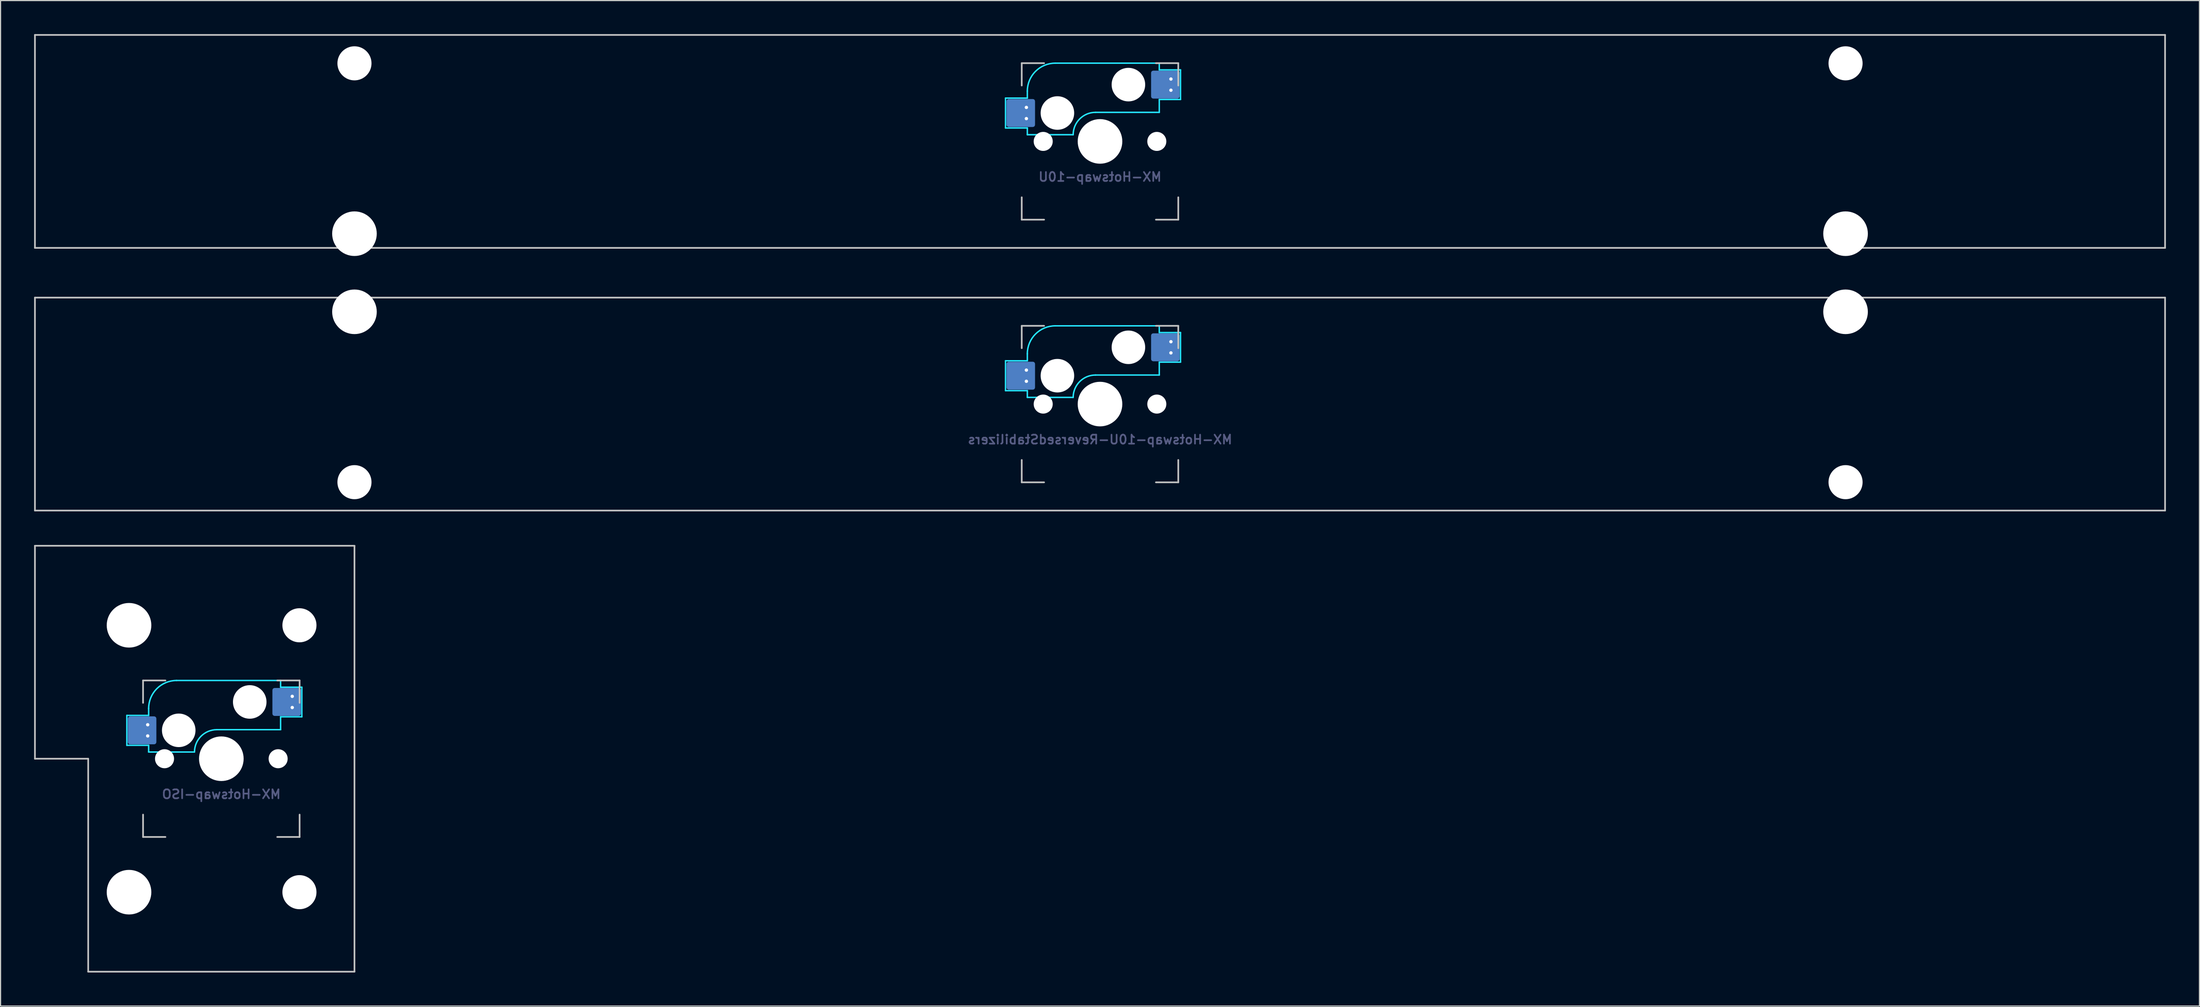
<source format=kicad_pcb>
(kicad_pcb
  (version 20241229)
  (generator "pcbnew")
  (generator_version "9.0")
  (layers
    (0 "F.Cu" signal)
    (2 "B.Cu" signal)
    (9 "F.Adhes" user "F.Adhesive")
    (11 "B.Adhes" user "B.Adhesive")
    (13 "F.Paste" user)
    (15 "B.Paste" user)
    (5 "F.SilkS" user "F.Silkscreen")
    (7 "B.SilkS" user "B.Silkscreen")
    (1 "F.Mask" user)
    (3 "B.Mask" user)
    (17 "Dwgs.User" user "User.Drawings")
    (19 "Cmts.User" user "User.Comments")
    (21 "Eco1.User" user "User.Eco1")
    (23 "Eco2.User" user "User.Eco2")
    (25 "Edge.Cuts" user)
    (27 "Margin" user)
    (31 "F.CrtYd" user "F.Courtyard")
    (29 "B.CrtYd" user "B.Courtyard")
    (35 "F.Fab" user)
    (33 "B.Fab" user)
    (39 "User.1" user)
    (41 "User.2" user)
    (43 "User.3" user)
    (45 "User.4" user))
  (footprint "MX-Hotswap-10U"
    (layer "F.Cu")
    (at 95.325 9.6)
    (property "Reference" "MX-Hotswap-10U" (at 0 3.175 0) (layer "B.Fab") (effects (font (size 0.8 0.8) (thickness 0.15)) (justify mirror)))
    (attr smd)
    (fp_line (start -95.25 9.525) (end -95.25 -9.525) (stroke (width 0.15) (type solid)) (layer "Dwgs.User"))
    (fp_line (start -7 -7) (end -7 -5) (stroke (width 0.15) (type solid)) (layer "Dwgs.User"))
    (fp_line (start -7 5) (end -7 7) (stroke (width 0.15) (type solid)) (layer "Dwgs.User"))
    (fp_line (start -7 7) (end -5 7) (stroke (width 0.15) (type solid)) (layer "Dwgs.User"))
    (fp_line (start -5 -7) (end -7 -7) (stroke (width 0.15) (type solid)) (layer "Dwgs.User"))
    (fp_line (start 5 -7) (end 7 -7) (stroke (width 0.15) (type solid)) (layer "Dwgs.User"))
    (fp_line (start 5 7) (end 7 7) (stroke (width 0.15) (type solid)) (layer "Dwgs.User"))
    (fp_line (start 7 -7) (end 7 -5) (stroke (width 0.15) (type solid)) (layer "Dwgs.User"))
    (fp_line (start 7 7) (end 7 5) (stroke (width 0.15) (type solid)) (layer "Dwgs.User"))
    (fp_line (start 95.25 -9.525) (end -95.25 -9.525) (stroke (width 0.15) (type solid)) (layer "Dwgs.User"))
    (fp_line (start 95.25 9.525) (end -95.25 9.525) (stroke (width 0.15) (type solid)) (layer "Dwgs.User"))
    (fp_line (start 95.25 9.525) (end 95.25 -9.525) (stroke (width 0.15) (type solid)) (layer "Dwgs.User"))
    (fp_line (start -8.45 -3.875) (end -8.45 -1.2) (stroke (width 0.127) (type solid)) (layer "B.CrtYd"))
    (fp_line (start -8.45 -1.2) (end -6.5 -1.2) (stroke (width 0.127) (type solid)) (layer "B.CrtYd"))
    (fp_line (start -6.5 -4.5) (end -6.5 -3.875) (stroke (width 0.127) (type solid)) (layer "B.CrtYd"))
    (fp_line (start -6.5 -3.875) (end -8.45 -3.875) (stroke (width 0.127) (type solid)) (layer "B.CrtYd"))
    (fp_line (start -6.5 -0.6) (end -6.5 -1.2) (stroke (width 0.127) (type solid)) (layer "B.CrtYd"))
    (fp_line (start -6.5 -0.6) (end -2.4 -0.6) (stroke (width 0.127) (type solid)) (layer "B.CrtYd"))
    (fp_line (start -0.4 -2.6) (end 5.3 -2.6) (stroke (width 0.127) (type solid)) (layer "B.CrtYd"))
    (fp_line (start 5.3 -7) (end -4 -7) (stroke (width 0.127) (type solid)) (layer "B.CrtYd"))
    (fp_line (start 5.3 -7) (end 5.3 -6.4) (stroke (width 0.127) (type solid)) (layer "B.CrtYd"))
    (fp_line (start 5.3 -6.4) (end 7.2 -6.4) (stroke (width 0.127) (type solid)) (layer "B.CrtYd"))
    (fp_line (start 5.3 -2.6) (end 5.3 -3.75) (stroke (width 0.127) (type solid)) (layer "B.CrtYd"))
    (fp_line (start 7.2 -6.4) (end 7.2 -3.75) (stroke (width 0.127) (type solid)) (layer "B.CrtYd"))
    (fp_line (start 7.2 -3.75) (end 5.3 -3.75) (stroke (width 0.127) (type solid)) (layer "B.CrtYd"))
    (fp_arc (start -6.5 -4.5) (mid -5.767767 -6.267767) (end -4 -7) (stroke (width 0.127) (type solid)) (layer "B.CrtYd"))
    (fp_arc (start -2.4 -0.6) (mid -1.814214 -2.014214) (end -0.4 -2.6) (stroke (width 0.127) (type solid)) (layer "B.CrtYd"))
    (pad "" np_thru_hole circle (at -66.675 -6.985) (size 3.048 3.048) (drill 3.048) (layers "*.Cu" "*.Mask"))
    (pad "" np_thru_hole circle (at -66.675 8.255) (size 3.988 3.988) (drill 3.988) (layers "*.Cu" "*.Mask"))
    (pad "" np_thru_hole circle (at -5.08 0 48.099) (size 1.702 1.702) (drill 1.702) (layers "*.Cu" "*.Mask"))
    (pad "" np_thru_hole circle (at -3.81 -2.54) (size 3 3) (drill 3) (layers "*.Cu" "*.Mask"))
    (pad "" np_thru_hole circle (at 0 0) (size 3.988 3.988) (drill 3.988) (layers "*.Cu" "*.Mask"))
    (pad "" np_thru_hole circle (at 2.54 -5.08) (size 3 3) (drill 3) (layers "*.Cu" "*.Mask"))
    (pad "" np_thru_hole circle (at 5.08 0 48.099) (size 1.702 1.702) (drill 1.702) (layers "*.Cu" "*.Mask"))
    (pad "" np_thru_hole circle (at 66.675 -6.985) (size 3.048 3.048) (drill 3.048) (layers "*.Cu" "*.Mask"))
    (pad "" np_thru_hole circle (at 66.675 8.255) (size 3.988 3.988) (drill 3.988) (layers "*.Cu" "*.Mask"))
    (pad "1" smd roundrect (at -7.085 -2.54) (size 2.55 2.5) (layers "B.Cu" "B.Mask" "B.Paste") (roundrect_rratio 0.08))
    (pad "1" thru_hole circle (at -6.585 -3.04) (size 0.6 0.6) (drill 0.3) (layers "*.Cu" "*.Mask"))
    (pad "1" thru_hole circle (at -6.585 -2.04) (size 0.6 0.6) (drill 0.3) (layers "*.Cu" "*.Mask"))
    (pad "2" smd roundrect (at 5.842 -5.08) (size 2.55 2.5) (layers "B.Cu" "B.Mask" "B.Paste") (roundrect_rratio 0.08))
    (pad "2" thru_hole circle (at 6.342 -5.58) (size 0.6 0.6) (drill 0.3) (layers "*.Cu" "*.Mask"))
    (pad "2" thru_hole circle (at 6.342 -4.58) (size 0.6 0.6) (drill 0.3) (layers "*.Cu" "*.Mask")))
  (footprint "MX-Hotswap-ISO"
    (layer "F.Cu")
    (at 16.744 64.823)
    (property "Reference" "MX-Hotswap-ISO" (at 0 3.175 0) (layer "B.Fab") (effects (font (size 0.8 0.8) (thickness 0.15)) (justify mirror)))
    (attr smd)
    (fp_line (start -16.669 -19.05) (end -16.669 0) (stroke (width 0.15) (type solid)) (layer "Dwgs.User"))
    (fp_line (start -16.669 -19.05) (end 11.906 -19.05) (stroke (width 0.15) (type solid)) (layer "Dwgs.User"))
    (fp_line (start -11.906 0) (end -16.669 0) (stroke (width 0.15) (type solid)) (layer "Dwgs.User"))
    (fp_line (start -11.906 19.05) (end -11.906 0) (stroke (width 0.15) (type solid)) (layer "Dwgs.User"))
    (fp_line (start -11.906 19.05) (end 11.906 19.05) (stroke (width 0.15) (type solid)) (layer "Dwgs.User"))
    (fp_line (start -7 -7) (end -7 -5) (stroke (width 0.15) (type solid)) (layer "Dwgs.User"))
    (fp_line (start -7 5) (end -7 7) (stroke (width 0.15) (type solid)) (layer "Dwgs.User"))
    (fp_line (start -7 7) (end -5 7) (stroke (width 0.15) (type solid)) (layer "Dwgs.User"))
    (fp_line (start -5 -7) (end -7 -7) (stroke (width 0.15) (type solid)) (layer "Dwgs.User"))
    (fp_line (start 5 -7) (end 7 -7) (stroke (width 0.15) (type solid)) (layer "Dwgs.User"))
    (fp_line (start 5 7) (end 7 7) (stroke (width 0.15) (type solid)) (layer "Dwgs.User"))
    (fp_line (start 7 -7) (end 7 -5) (stroke (width 0.15) (type solid)) (layer "Dwgs.User"))
    (fp_line (start 7 7) (end 7 5) (stroke (width 0.15) (type solid)) (layer "Dwgs.User"))
    (fp_line (start 11.906 -19.05) (end 11.906 19.05) (stroke (width 0.15) (type solid)) (layer "Dwgs.User"))
    (fp_line (start -8.45 -3.875) (end -8.45 -1.2) (stroke (width 0.127) (type solid)) (layer "B.CrtYd"))
    (fp_line (start -8.45 -1.2) (end -6.5 -1.2) (stroke (width 0.127) (type solid)) (layer "B.CrtYd"))
    (fp_line (start -6.5 -4.5) (end -6.5 -3.875) (stroke (width 0.127) (type solid)) (layer "B.CrtYd"))
    (fp_line (start -6.5 -3.875) (end -8.45 -3.875) (stroke (width 0.127) (type solid)) (layer "B.CrtYd"))
    (fp_line (start -6.5 -0.6) (end -6.5 -1.2) (stroke (width 0.127) (type solid)) (layer "B.CrtYd"))
    (fp_line (start -6.5 -0.6) (end -2.4 -0.6) (stroke (width 0.127) (type solid)) (layer "B.CrtYd"))
    (fp_line (start -0.4 -2.6) (end 5.3 -2.6) (stroke (width 0.127) (type solid)) (layer "B.CrtYd"))
    (fp_line (start 5.3 -7) (end -4 -7) (stroke (width 0.127) (type solid)) (layer "B.CrtYd"))
    (fp_line (start 5.3 -7) (end 5.3 -6.4) (stroke (width 0.127) (type solid)) (layer "B.CrtYd"))
    (fp_line (start 5.3 -6.4) (end 7.2 -6.4) (stroke (width 0.127) (type solid)) (layer "B.CrtYd"))
    (fp_line (start 5.3 -2.6) (end 5.3 -3.75) (stroke (width 0.127) (type solid)) (layer "B.CrtYd"))
    (fp_line (start 7.2 -6.4) (end 7.2 -3.75) (stroke (width 0.127) (type solid)) (layer "B.CrtYd"))
    (fp_line (start 7.2 -3.75) (end 5.3 -3.75) (stroke (width 0.127) (type solid)) (layer "B.CrtYd"))
    (fp_arc (start -6.5 -4.5) (mid -5.767767 -6.267767) (end -4 -7) (stroke (width 0.127) (type solid)) (layer "B.CrtYd"))
    (fp_arc (start -2.4 -0.6) (mid -1.814214 -2.014214) (end -0.4 -2.6) (stroke (width 0.127) (type solid)) (layer "B.CrtYd"))
    (pad "" np_thru_hole circle (at -8.255 -11.938) (size 3.988 3.988) (drill 3.988) (layers "*.Cu" "*.Mask"))
    (pad "" np_thru_hole circle (at -8.255 11.938) (size 3.988 3.988) (drill 3.988) (layers "*.Cu" "*.Mask"))
    (pad "" np_thru_hole circle (at -5.08 0 48.099) (size 1.702 1.702) (drill 1.702) (layers "*.Cu" "*.Mask"))
    (pad "" np_thru_hole circle (at -3.81 -2.54) (size 3 3) (drill 3) (layers "*.Cu" "*.Mask"))
    (pad "" np_thru_hole circle (at 0 0) (size 3.988 3.988) (drill 3.988) (layers "*.Cu" "*.Mask"))
    (pad "" np_thru_hole circle (at 2.54 -5.08) (size 3 3) (drill 3) (layers "*.Cu" "*.Mask"))
    (pad "" np_thru_hole circle (at 5.08 0 48.099) (size 1.702 1.702) (drill 1.702) (layers "*.Cu" "*.Mask"))
    (pad "" np_thru_hole circle (at 6.985 -11.938) (size 3.048 3.048) (drill 3.048) (layers "*.Cu" "*.Mask"))
    (pad "" np_thru_hole circle (at 6.985 11.938) (size 3.048 3.048) (drill 3.048) (layers "*.Cu" "*.Mask"))
    (pad "1" smd roundrect (at -7.085 -2.54) (size 2.55 2.5) (layers "B.Cu" "B.Mask" "B.Paste") (roundrect_rratio 0.08))
    (pad "1" thru_hole circle (at -6.585 -3.04) (size 0.6 0.6) (drill 0.3) (layers "*.Cu" "*.Mask"))
    (pad "1" thru_hole circle (at -6.585 -2.04) (size 0.6 0.6) (drill 0.3) (layers "*.Cu" "*.Mask"))
    (pad "2" smd roundrect (at 5.842 -5.08) (size 2.55 2.5) (layers "B.Cu" "B.Mask" "B.Paste") (roundrect_rratio 0.08))
    (pad "2" thru_hole circle (at 6.342 -5.58) (size 0.6 0.6) (drill 0.3) (layers "*.Cu" "*.Mask"))
    (pad "2" thru_hole circle (at 6.342 -4.58) (size 0.6 0.6) (drill 0.3) (layers "*.Cu" "*.Mask")))
  (footprint "MX-Hotswap-10U-ReversedStabilizers"
    (layer "F.Cu")
    (at 95.325 33.098)
    (property "Reference" "MX-Hotswap-10U-ReversedStabilizers" (at 0 3.175 0) (layer "B.Fab") (effects (font (size 0.8 0.8) (thickness 0.15)) (justify mirror)))
    (attr smd)
    (fp_line (start -95.25 9.525) (end -95.25 -9.525) (stroke (width 0.15) (type solid)) (layer "Dwgs.User"))
    (fp_line (start -7 -7) (end -7 -5) (stroke (width 0.15) (type solid)) (layer "Dwgs.User"))
    (fp_line (start -7 5) (end -7 7) (stroke (width 0.15) (type solid)) (layer "Dwgs.User"))
    (fp_line (start -7 7) (end -5 7) (stroke (width 0.15) (type solid)) (layer "Dwgs.User"))
    (fp_line (start -5 -7) (end -7 -7) (stroke (width 0.15) (type solid)) (layer "Dwgs.User"))
    (fp_line (start 5 -7) (end 7 -7) (stroke (width 0.15) (type solid)) (layer "Dwgs.User"))
    (fp_line (start 5 7) (end 7 7) (stroke (width 0.15) (type solid)) (layer "Dwgs.User"))
    (fp_line (start 7 -7) (end 7 -5) (stroke (width 0.15) (type solid)) (layer "Dwgs.User"))
    (fp_line (start 7 7) (end 7 5) (stroke (width 0.15) (type solid)) (layer "Dwgs.User"))
    (fp_line (start 95.25 -9.525) (end -95.25 -9.525) (stroke (width 0.15) (type solid)) (layer "Dwgs.User"))
    (fp_line (start 95.25 9.525) (end -95.25 9.525) (stroke (width 0.15) (type solid)) (layer "Dwgs.User"))
    (fp_line (start 95.25 9.525) (end 95.25 -9.525) (stroke (width 0.15) (type solid)) (layer "Dwgs.User"))
    (fp_line (start -8.45 -3.875) (end -8.45 -1.2) (stroke (width 0.127) (type solid)) (layer "B.CrtYd"))
    (fp_line (start -8.45 -1.2) (end -6.5 -1.2) (stroke (width 0.127) (type solid)) (layer "B.CrtYd"))
    (fp_line (start -6.5 -4.5) (end -6.5 -3.875) (stroke (width 0.127) (type solid)) (layer "B.CrtYd"))
    (fp_line (start -6.5 -3.875) (end -8.45 -3.875) (stroke (width 0.127) (type solid)) (layer "B.CrtYd"))
    (fp_line (start -6.5 -0.6) (end -6.5 -1.2) (stroke (width 0.127) (type solid)) (layer "B.CrtYd"))
    (fp_line (start -6.5 -0.6) (end -2.4 -0.6) (stroke (width 0.127) (type solid)) (layer "B.CrtYd"))
    (fp_line (start -0.4 -2.6) (end 5.3 -2.6) (stroke (width 0.127) (type solid)) (layer "B.CrtYd"))
    (fp_line (start 5.3 -7) (end -4 -7) (stroke (width 0.127) (type solid)) (layer "B.CrtYd"))
    (fp_line (start 5.3 -7) (end 5.3 -6.4) (stroke (width 0.127) (type solid)) (layer "B.CrtYd"))
    (fp_line (start 5.3 -6.4) (end 7.2 -6.4) (stroke (width 0.127) (type solid)) (layer "B.CrtYd"))
    (fp_line (start 5.3 -2.6) (end 5.3 -3.75) (stroke (width 0.127) (type solid)) (layer "B.CrtYd"))
    (fp_line (start 7.2 -6.4) (end 7.2 -3.75) (stroke (width 0.127) (type solid)) (layer "B.CrtYd"))
    (fp_line (start 7.2 -3.75) (end 5.3 -3.75) (stroke (width 0.127) (type solid)) (layer "B.CrtYd"))
    (fp_arc (start -6.5 -4.5) (mid -5.767767 -6.267767) (end -4 -7) (stroke (width 0.127) (type solid)) (layer "B.CrtYd"))
    (fp_arc (start -2.4 -0.6) (mid -1.814214 -2.014214) (end -0.4 -2.6) (stroke (width 0.127) (type solid)) (layer "B.CrtYd"))
    (pad "" np_thru_hole circle (at -66.675 -8.255) (size 3.988 3.988) (drill 3.988) (layers "*.Cu" "*.Mask"))
    (pad "" np_thru_hole circle (at -66.675 6.985) (size 3.048 3.048) (drill 3.048) (layers "*.Cu" "*.Mask"))
    (pad "" np_thru_hole circle (at -5.08 0 48.099) (size 1.702 1.702) (drill 1.702) (layers "*.Cu" "*.Mask"))
    (pad "" np_thru_hole circle (at -3.81 -2.54) (size 3 3) (drill 3) (layers "*.Cu" "*.Mask"))
    (pad "" np_thru_hole circle (at 0 0) (size 3.988 3.988) (drill 3.988) (layers "*.Cu" "*.Mask"))
    (pad "" np_thru_hole circle (at 2.54 -5.08) (size 3 3) (drill 3) (layers "*.Cu" "*.Mask"))
    (pad "" np_thru_hole circle (at 5.08 0 48.099) (size 1.702 1.702) (drill 1.702) (layers "*.Cu" "*.Mask"))
    (pad "" np_thru_hole circle (at 66.675 -8.255) (size 3.988 3.988) (drill 3.988) (layers "*.Cu" "*.Mask"))
    (pad "" np_thru_hole circle (at 66.675 6.985) (size 3.048 3.048) (drill 3.048) (layers "*.Cu" "*.Mask"))
    (pad "1" smd roundrect (at -7.085 -2.54) (size 2.55 2.5) (layers "B.Cu" "B.Mask" "B.Paste") (roundrect_rratio 0.08))
    (pad "1" thru_hole circle (at -6.585 -3.04) (size 0.6 0.6) (drill 0.3) (layers "*.Cu" "*.Mask"))
    (pad "1" thru_hole circle (at -6.585 -2.04) (size 0.6 0.6) (drill 0.3) (layers "*.Cu" "*.Mask"))
    (pad "2" smd roundrect (at 5.842 -5.08) (size 2.55 2.5) (layers "B.Cu" "B.Mask" "B.Paste") (roundrect_rratio 0.08))
    (pad "2" thru_hole circle (at 6.342 -5.58) (size 0.6 0.6) (drill 0.3) (layers "*.Cu" "*.Mask"))
    (pad "2" thru_hole circle (at 6.342 -4.58) (size 0.6 0.6) (drill 0.3) (layers "*.Cu" "*.Mask")))
  (gr_rect
    (start -3 -3)
    (end 193.65 86.948)
    (stroke (width 0.1) (type default))
    (fill no)
    (layer "Edge.Cuts")))
</source>
